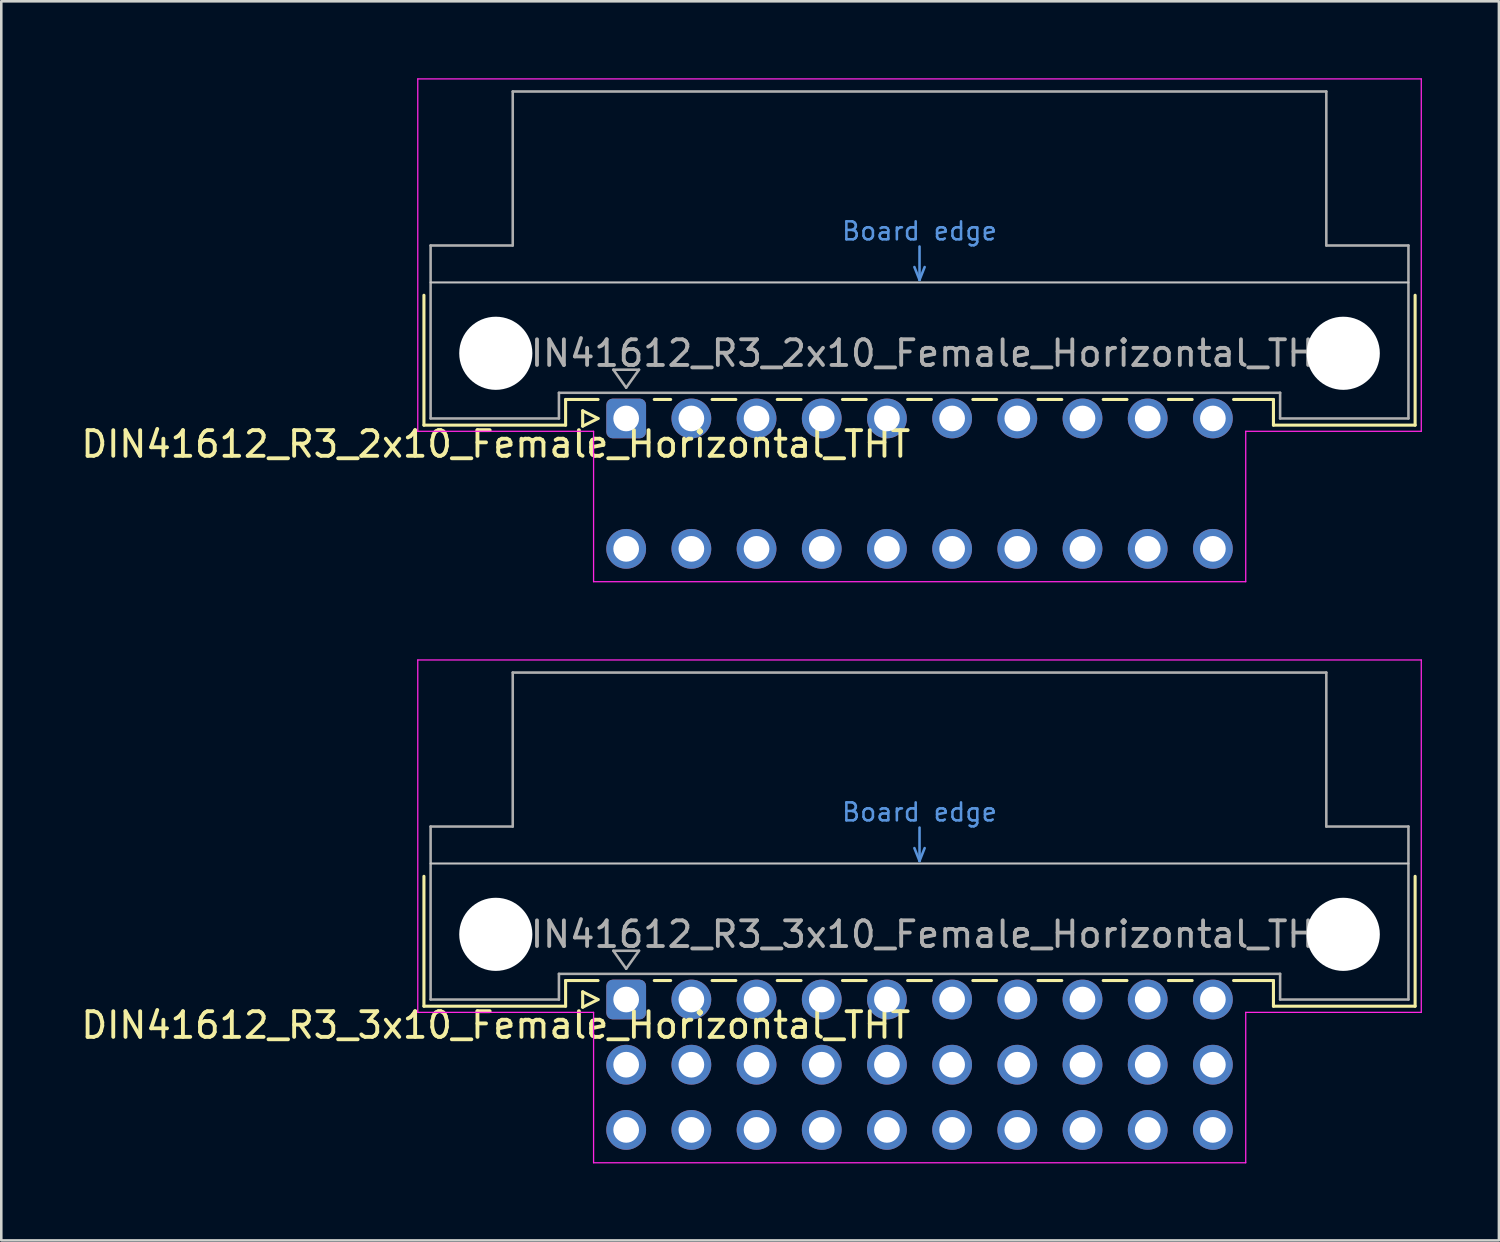
<source format=kicad_pcb>
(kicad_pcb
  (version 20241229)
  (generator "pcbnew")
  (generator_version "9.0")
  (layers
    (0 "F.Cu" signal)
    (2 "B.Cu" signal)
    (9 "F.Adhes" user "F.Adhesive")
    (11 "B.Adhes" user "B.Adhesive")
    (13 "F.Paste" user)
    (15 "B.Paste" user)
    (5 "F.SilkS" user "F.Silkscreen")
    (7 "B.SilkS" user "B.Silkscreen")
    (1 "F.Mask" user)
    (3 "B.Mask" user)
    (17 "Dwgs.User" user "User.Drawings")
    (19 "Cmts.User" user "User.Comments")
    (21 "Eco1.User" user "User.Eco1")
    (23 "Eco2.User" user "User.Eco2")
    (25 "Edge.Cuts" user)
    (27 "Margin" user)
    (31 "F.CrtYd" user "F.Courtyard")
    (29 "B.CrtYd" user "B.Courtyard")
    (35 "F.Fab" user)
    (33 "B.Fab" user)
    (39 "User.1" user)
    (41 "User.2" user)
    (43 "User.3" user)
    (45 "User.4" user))
  (footprint "DIN41612_R3_2x10_Female_Horizontal_THT"
    (layer "F.Cu")
    (at 21.348 13.255)
    (property "Reference" "DIN41612_R3_2x10_Female_Horizontal_THT" (at -5.08 1 0) (layer "F.SilkS") (effects (font (size 1 1) (thickness 0.15))))
    (attr through_hole)
    (fp_line (start -7.88 -4.8) (end -7.88 0.26) (stroke (width 0.12) (type solid)) (layer "F.SilkS"))
    (fp_line (start -7.88 0.26) (end -2.36 0.26) (stroke (width 0.12) (type solid)) (layer "F.SilkS"))
    (fp_line (start -2.36 -0.74) (end -1.095 -0.74) (stroke (width 0.12) (type solid)) (layer "F.SilkS"))
    (fp_line (start -2.36 0.26) (end -2.36 -0.74) (stroke (width 0.12) (type solid)) (layer "F.SilkS"))
    (fp_line (start -1.695 -0.3) (end -1.695 0.3) (stroke (width 0.12) (type solid)) (layer "F.SilkS"))
    (fp_line (start -1.695 0.3) (end -1.095 0) (stroke (width 0.12) (type solid)) (layer "F.SilkS"))
    (fp_line (start -1.095 0) (end -1.695 -0.3) (stroke (width 0.12) (type solid)) (layer "F.SilkS"))
    (fp_line (start 1.095 -0.74) (end 1.733 -0.74) (stroke (width 0.12) (type solid)) (layer "F.SilkS"))
    (fp_line (start 3.347 -0.74) (end 4.273 -0.74) (stroke (width 0.12) (type solid)) (layer "F.SilkS"))
    (fp_line (start 5.887 -0.74) (end 6.813 -0.74) (stroke (width 0.12) (type solid)) (layer "F.SilkS"))
    (fp_line (start 8.427 -0.74) (end 9.353 -0.74) (stroke (width 0.12) (type solid)) (layer "F.SilkS"))
    (fp_line (start 10.967 -0.74) (end 11.893 -0.74) (stroke (width 0.12) (type solid)) (layer "F.SilkS"))
    (fp_line (start 13.507 -0.74) (end 14.433 -0.74) (stroke (width 0.12) (type solid)) (layer "F.SilkS"))
    (fp_line (start 16.047 -0.74) (end 16.973 -0.74) (stroke (width 0.12) (type solid)) (layer "F.SilkS"))
    (fp_line (start 18.587 -0.74) (end 19.513 -0.74) (stroke (width 0.12) (type solid)) (layer "F.SilkS"))
    (fp_line (start 21.127 -0.74) (end 22.053 -0.74) (stroke (width 0.12) (type solid)) (layer "F.SilkS"))
    (fp_line (start 23.667 -0.74) (end 25.22 -0.74) (stroke (width 0.12) (type solid)) (layer "F.SilkS"))
    (fp_line (start 25.22 0.26) (end 25.22 -0.74) (stroke (width 0.12) (type solid)) (layer "F.SilkS"))
    (fp_line (start 30.74 -4.8) (end 30.74 0.26) (stroke (width 0.12) (type solid)) (layer "F.SilkS"))
    (fp_line (start 30.74 0.26) (end 25.22 0.26) (stroke (width 0.12) (type solid)) (layer "F.SilkS"))
    (fp_line (start -7.62 -5.3) (end 30.48 -5.3) (stroke (width 0.08) (type solid)) (layer "Dwgs.User"))
    (fp_line (start 11.23 -5.9) (end 11.43 -5.4) (stroke (width 0.1) (type solid)) (layer "Cmts.User"))
    (fp_line (start 11.43 -5.4) (end 11.43 -6.7) (stroke (width 0.1) (type solid)) (layer "Cmts.User"))
    (fp_line (start 11.43 -5.4) (end 11.63 -5.9) (stroke (width 0.1) (type solid)) (layer "Cmts.User"))
    (fp_line (start -8.12 -13.23) (end -8.12 0.5) (stroke (width 0.05) (type solid)) (layer "F.CrtYd"))
    (fp_line (start -8.12 0.5) (end -1.27 0.5) (stroke (width 0.05) (type solid)) (layer "F.CrtYd"))
    (fp_line (start -1.27 0.5) (end -1.27 6.36) (stroke (width 0.05) (type solid)) (layer "F.CrtYd"))
    (fp_line (start -1.27 6.36) (end 24.14 6.36) (stroke (width 0.05) (type solid)) (layer "F.CrtYd"))
    (fp_line (start 24.14 0.5) (end 30.98 0.5) (stroke (width 0.05) (type solid)) (layer "F.CrtYd"))
    (fp_line (start 24.14 6.36) (end 24.14 0.5) (stroke (width 0.05) (type solid)) (layer "F.CrtYd"))
    (fp_line (start 30.98 -13.23) (end -8.12 -13.23) (stroke (width 0.05) (type solid)) (layer "F.CrtYd"))
    (fp_line (start 30.98 0.5) (end 30.98 -13.23) (stroke (width 0.05) (type solid)) (layer "F.CrtYd"))
    (fp_line (start -7.62 -6.74) (end -7.62 0) (stroke (width 0.1) (type solid)) (layer "F.Fab"))
    (fp_line (start -7.62 0) (end -2.62 0) (stroke (width 0.1) (type solid)) (layer "F.Fab"))
    (fp_line (start -4.42 -12.74) (end -4.42 -6.74) (stroke (width 0.1) (type solid)) (layer "F.Fab"))
    (fp_line (start -4.42 -6.74) (end -7.62 -6.74) (stroke (width 0.1) (type solid)) (layer "F.Fab"))
    (fp_line (start -2.62 -1) (end 25.48 -1) (stroke (width 0.1) (type solid)) (layer "F.Fab"))
    (fp_line (start -2.62 0) (end -2.62 -1) (stroke (width 0.1) (type solid)) (layer "F.Fab"))
    (fp_line (start -0.5 -1.9) (end 0.5 -1.9) (stroke (width 0.1) (type solid)) (layer "F.Fab"))
    (fp_line (start 0 -1.2) (end -0.5 -1.9) (stroke (width 0.1) (type solid)) (layer "F.Fab"))
    (fp_line (start 0.5 -1.9) (end 0 -1.2) (stroke (width 0.1) (type solid)) (layer "F.Fab"))
    (fp_line (start 25.48 -1) (end 25.48 0) (stroke (width 0.1) (type solid)) (layer "F.Fab"))
    (fp_line (start 25.48 0) (end 30.48 0) (stroke (width 0.1) (type solid)) (layer "F.Fab"))
    (fp_line (start 27.28 -12.74) (end -4.42 -12.74) (stroke (width 0.1) (type solid)) (layer "F.Fab"))
    (fp_line (start 27.28 -6.74) (end 27.28 -12.74) (stroke (width 0.1) (type solid)) (layer "F.Fab"))
    (fp_line (start 30.48 -6.74) (end 27.28 -6.74) (stroke (width 0.1) (type solid)) (layer "F.Fab"))
    (fp_line (start 30.48 0) (end 30.48 -6.74) (stroke (width 0.1) (type solid)) (layer "F.Fab"))
    (fp_text user "Board edge" (at 11.43 -7.3 0) (layer "Cmts.User") (effects (font (size 0.7 0.7) (thickness 0.1))))
    (fp_text user "${REFERENCE}" (at 11.43 -2.54 0) (layer "F.Fab") (effects (font (size 1 1) (thickness 0.15))))
    (pad "" np_thru_hole circle (at -5.08 -2.54) (size 2.85 2.85) (drill 2.85) (layers "*.Cu" "*.Mask"))
    (pad "" np_thru_hole circle (at 27.94 -2.54) (size 2.85 2.85) (drill 2.85) (layers "*.Cu" "*.Mask"))
    (pad "a1" thru_hole roundrect (at 0 0) (size 1.55 1.55) (drill 1) (layers "*.Cu" "*.Mask") (roundrect_rratio 0.161))
    (pad "a2" thru_hole circle (at 2.54 0) (size 1.55 1.55) (drill 1) (layers "*.Cu" "*.Mask"))
    (pad "a3" thru_hole circle (at 5.08 0) (size 1.55 1.55) (drill 1) (layers "*.Cu" "*.Mask"))
    (pad "a4" thru_hole circle (at 7.62 0) (size 1.55 1.55) (drill 1) (layers "*.Cu" "*.Mask"))
    (pad "a5" thru_hole circle (at 10.16 0) (size 1.55 1.55) (drill 1) (layers "*.Cu" "*.Mask"))
    (pad "a6" thru_hole circle (at 12.7 0) (size 1.55 1.55) (drill 1) (layers "*.Cu" "*.Mask"))
    (pad "a7" thru_hole circle (at 15.24 0) (size 1.55 1.55) (drill 1) (layers "*.Cu" "*.Mask"))
    (pad "a8" thru_hole circle (at 17.78 0) (size 1.55 1.55) (drill 1) (layers "*.Cu" "*.Mask"))
    (pad "a9" thru_hole circle (at 20.32 0) (size 1.55 1.55) (drill 1) (layers "*.Cu" "*.Mask"))
    (pad "a10" thru_hole circle (at 22.86 0) (size 1.55 1.55) (drill 1) (layers "*.Cu" "*.Mask"))
    (pad "c1" thru_hole circle (at 0 5.08) (size 1.55 1.55) (drill 1) (layers "*.Cu" "*.Mask"))
    (pad "c2" thru_hole circle (at 2.54 5.08) (size 1.55 1.55) (drill 1) (layers "*.Cu" "*.Mask"))
    (pad "c3" thru_hole circle (at 5.08 5.08) (size 1.55 1.55) (drill 1) (layers "*.Cu" "*.Mask"))
    (pad "c4" thru_hole circle (at 7.62 5.08) (size 1.55 1.55) (drill 1) (layers "*.Cu" "*.Mask"))
    (pad "c5" thru_hole circle (at 10.16 5.08) (size 1.55 1.55) (drill 1) (layers "*.Cu" "*.Mask"))
    (pad "c6" thru_hole circle (at 12.7 5.08) (size 1.55 1.55) (drill 1) (layers "*.Cu" "*.Mask"))
    (pad "c7" thru_hole circle (at 15.24 5.08) (size 1.55 1.55) (drill 1) (layers "*.Cu" "*.Mask"))
    (pad "c8" thru_hole circle (at 17.78 5.08) (size 1.55 1.55) (drill 1) (layers "*.Cu" "*.Mask"))
    (pad "c9" thru_hole circle (at 20.32 5.08) (size 1.55 1.55) (drill 1) (layers "*.Cu" "*.Mask"))
    (pad "c10" thru_hole circle (at 22.86 5.08) (size 1.55 1.55) (drill 1) (layers "*.Cu" "*.Mask")))
  (footprint "DIN41612_R3_3x10_Female_Horizontal_THT"
    (layer "F.Cu")
    (at 21.348 35.895)
    (property "Reference" "DIN41612_R3_3x10_Female_Horizontal_THT" (at -5.08 1 0) (layer "F.SilkS") (effects (font (size 1 1) (thickness 0.15))))
    (attr through_hole)
    (fp_line (start -7.88 -4.8) (end -7.88 0.26) (stroke (width 0.12) (type solid)) (layer "F.SilkS"))
    (fp_line (start -7.88 0.26) (end -2.36 0.26) (stroke (width 0.12) (type solid)) (layer "F.SilkS"))
    (fp_line (start -2.36 -0.74) (end -1.095 -0.74) (stroke (width 0.12) (type solid)) (layer "F.SilkS"))
    (fp_line (start -2.36 0.26) (end -2.36 -0.74) (stroke (width 0.12) (type solid)) (layer "F.SilkS"))
    (fp_line (start -1.695 -0.3) (end -1.695 0.3) (stroke (width 0.12) (type solid)) (layer "F.SilkS"))
    (fp_line (start -1.695 0.3) (end -1.095 0) (stroke (width 0.12) (type solid)) (layer "F.SilkS"))
    (fp_line (start -1.095 0) (end -1.695 -0.3) (stroke (width 0.12) (type solid)) (layer "F.SilkS"))
    (fp_line (start 1.095 -0.74) (end 1.733 -0.74) (stroke (width 0.12) (type solid)) (layer "F.SilkS"))
    (fp_line (start 3.347 -0.74) (end 4.273 -0.74) (stroke (width 0.12) (type solid)) (layer "F.SilkS"))
    (fp_line (start 5.887 -0.74) (end 6.813 -0.74) (stroke (width 0.12) (type solid)) (layer "F.SilkS"))
    (fp_line (start 8.427 -0.74) (end 9.353 -0.74) (stroke (width 0.12) (type solid)) (layer "F.SilkS"))
    (fp_line (start 10.967 -0.74) (end 11.893 -0.74) (stroke (width 0.12) (type solid)) (layer "F.SilkS"))
    (fp_line (start 13.507 -0.74) (end 14.433 -0.74) (stroke (width 0.12) (type solid)) (layer "F.SilkS"))
    (fp_line (start 16.047 -0.74) (end 16.973 -0.74) (stroke (width 0.12) (type solid)) (layer "F.SilkS"))
    (fp_line (start 18.587 -0.74) (end 19.513 -0.74) (stroke (width 0.12) (type solid)) (layer "F.SilkS"))
    (fp_line (start 21.127 -0.74) (end 22.053 -0.74) (stroke (width 0.12) (type solid)) (layer "F.SilkS"))
    (fp_line (start 23.667 -0.74) (end 25.22 -0.74) (stroke (width 0.12) (type solid)) (layer "F.SilkS"))
    (fp_line (start 25.22 0.26) (end 25.22 -0.74) (stroke (width 0.12) (type solid)) (layer "F.SilkS"))
    (fp_line (start 30.74 -4.8) (end 30.74 0.26) (stroke (width 0.12) (type solid)) (layer "F.SilkS"))
    (fp_line (start 30.74 0.26) (end 25.22 0.26) (stroke (width 0.12) (type solid)) (layer "F.SilkS"))
    (fp_line (start -7.62 -5.3) (end 30.48 -5.3) (stroke (width 0.08) (type solid)) (layer "Dwgs.User"))
    (fp_line (start 11.23 -5.9) (end 11.43 -5.4) (stroke (width 0.1) (type solid)) (layer "Cmts.User"))
    (fp_line (start 11.43 -5.4) (end 11.43 -6.7) (stroke (width 0.1) (type solid)) (layer "Cmts.User"))
    (fp_line (start 11.43 -5.4) (end 11.63 -5.9) (stroke (width 0.1) (type solid)) (layer "Cmts.User"))
    (fp_line (start -8.12 -13.23) (end -8.12 0.5) (stroke (width 0.05) (type solid)) (layer "F.CrtYd"))
    (fp_line (start -8.12 0.5) (end -1.27 0.5) (stroke (width 0.05) (type solid)) (layer "F.CrtYd"))
    (fp_line (start -1.27 0.5) (end -1.27 6.36) (stroke (width 0.05) (type solid)) (layer "F.CrtYd"))
    (fp_line (start -1.27 6.36) (end 24.14 6.36) (stroke (width 0.05) (type solid)) (layer "F.CrtYd"))
    (fp_line (start 24.14 0.5) (end 30.98 0.5) (stroke (width 0.05) (type solid)) (layer "F.CrtYd"))
    (fp_line (start 24.14 6.36) (end 24.14 0.5) (stroke (width 0.05) (type solid)) (layer "F.CrtYd"))
    (fp_line (start 30.98 -13.23) (end -8.12 -13.23) (stroke (width 0.05) (type solid)) (layer "F.CrtYd"))
    (fp_line (start 30.98 0.5) (end 30.98 -13.23) (stroke (width 0.05) (type solid)) (layer "F.CrtYd"))
    (fp_line (start -7.62 -6.74) (end -7.62 0) (stroke (width 0.1) (type solid)) (layer "F.Fab"))
    (fp_line (start -7.62 0) (end -2.62 0) (stroke (width 0.1) (type solid)) (layer "F.Fab"))
    (fp_line (start -4.42 -12.74) (end -4.42 -6.74) (stroke (width 0.1) (type solid)) (layer "F.Fab"))
    (fp_line (start -4.42 -6.74) (end -7.62 -6.74) (stroke (width 0.1) (type solid)) (layer "F.Fab"))
    (fp_line (start -2.62 -1) (end 25.48 -1) (stroke (width 0.1) (type solid)) (layer "F.Fab"))
    (fp_line (start -2.62 0) (end -2.62 -1) (stroke (width 0.1) (type solid)) (layer "F.Fab"))
    (fp_line (start -0.5 -1.9) (end 0.5 -1.9) (stroke (width 0.1) (type solid)) (layer "F.Fab"))
    (fp_line (start 0 -1.2) (end -0.5 -1.9) (stroke (width 0.1) (type solid)) (layer "F.Fab"))
    (fp_line (start 0.5 -1.9) (end 0 -1.2) (stroke (width 0.1) (type solid)) (layer "F.Fab"))
    (fp_line (start 25.48 -1) (end 25.48 0) (stroke (width 0.1) (type solid)) (layer "F.Fab"))
    (fp_line (start 25.48 0) (end 30.48 0) (stroke (width 0.1) (type solid)) (layer "F.Fab"))
    (fp_line (start 27.28 -12.74) (end -4.42 -12.74) (stroke (width 0.1) (type solid)) (layer "F.Fab"))
    (fp_line (start 27.28 -6.74) (end 27.28 -12.74) (stroke (width 0.1) (type solid)) (layer "F.Fab"))
    (fp_line (start 30.48 -6.74) (end 27.28 -6.74) (stroke (width 0.1) (type solid)) (layer "F.Fab"))
    (fp_line (start 30.48 0) (end 30.48 -6.74) (stroke (width 0.1) (type solid)) (layer "F.Fab"))
    (fp_text user "Board edge" (at 11.43 -7.3 0) (layer "Cmts.User") (effects (font (size 0.7 0.7) (thickness 0.1))))
    (fp_text user "${REFERENCE}" (at 11.43 -2.54 0) (layer "F.Fab") (effects (font (size 1 1) (thickness 0.15))))
    (pad "" np_thru_hole circle (at -5.08 -2.54) (size 2.85 2.85) (drill 2.85) (layers "*.Cu" "*.Mask"))
    (pad "" np_thru_hole circle (at 27.94 -2.54) (size 2.85 2.85) (drill 2.85) (layers "*.Cu" "*.Mask"))
    (pad "a1" thru_hole roundrect (at 0 0) (size 1.55 1.55) (drill 1) (layers "*.Cu" "*.Mask") (roundrect_rratio 0.161))
    (pad "a2" thru_hole circle (at 2.54 0) (size 1.55 1.55) (drill 1) (layers "*.Cu" "*.Mask"))
    (pad "a3" thru_hole circle (at 5.08 0) (size 1.55 1.55) (drill 1) (layers "*.Cu" "*.Mask"))
    (pad "a4" thru_hole circle (at 7.62 0) (size 1.55 1.55) (drill 1) (layers "*.Cu" "*.Mask"))
    (pad "a5" thru_hole circle (at 10.16 0) (size 1.55 1.55) (drill 1) (layers "*.Cu" "*.Mask"))
    (pad "a6" thru_hole circle (at 12.7 0) (size 1.55 1.55) (drill 1) (layers "*.Cu" "*.Mask"))
    (pad "a7" thru_hole circle (at 15.24 0) (size 1.55 1.55) (drill 1) (layers "*.Cu" "*.Mask"))
    (pad "a8" thru_hole circle (at 17.78 0) (size 1.55 1.55) (drill 1) (layers "*.Cu" "*.Mask"))
    (pad "a9" thru_hole circle (at 20.32 0) (size 1.55 1.55) (drill 1) (layers "*.Cu" "*.Mask"))
    (pad "a10" thru_hole circle (at 22.86 0) (size 1.55 1.55) (drill 1) (layers "*.Cu" "*.Mask"))
    (pad "b1" thru_hole circle (at 0 2.54) (size 1.55 1.55) (drill 1) (layers "*.Cu" "*.Mask"))
    (pad "b2" thru_hole circle (at 2.54 2.54) (size 1.55 1.55) (drill 1) (layers "*.Cu" "*.Mask"))
    (pad "b3" thru_hole circle (at 5.08 2.54) (size 1.55 1.55) (drill 1) (layers "*.Cu" "*.Mask"))
    (pad "b4" thru_hole circle (at 7.62 2.54) (size 1.55 1.55) (drill 1) (layers "*.Cu" "*.Mask"))
    (pad "b5" thru_hole circle (at 10.16 2.54) (size 1.55 1.55) (drill 1) (layers "*.Cu" "*.Mask"))
    (pad "b6" thru_hole circle (at 12.7 2.54) (size 1.55 1.55) (drill 1) (layers "*.Cu" "*.Mask"))
    (pad "b7" thru_hole circle (at 15.24 2.54) (size 1.55 1.55) (drill 1) (layers "*.Cu" "*.Mask"))
    (pad "b8" thru_hole circle (at 17.78 2.54) (size 1.55 1.55) (drill 1) (layers "*.Cu" "*.Mask"))
    (pad "b9" thru_hole circle (at 20.32 2.54) (size 1.55 1.55) (drill 1) (layers "*.Cu" "*.Mask"))
    (pad "b10" thru_hole circle (at 22.86 2.54) (size 1.55 1.55) (drill 1) (layers "*.Cu" "*.Mask"))
    (pad "c1" thru_hole circle (at 0 5.08) (size 1.55 1.55) (drill 1) (layers "*.Cu" "*.Mask"))
    (pad "c2" thru_hole circle (at 2.54 5.08) (size 1.55 1.55) (drill 1) (layers "*.Cu" "*.Mask"))
    (pad "c3" thru_hole circle (at 5.08 5.08) (size 1.55 1.55) (drill 1) (layers "*.Cu" "*.Mask"))
    (pad "c4" thru_hole circle (at 7.62 5.08) (size 1.55 1.55) (drill 1) (layers "*.Cu" "*.Mask"))
    (pad "c5" thru_hole circle (at 10.16 5.08) (size 1.55 1.55) (drill 1) (layers "*.Cu" "*.Mask"))
    (pad "c6" thru_hole circle (at 12.7 5.08) (size 1.55 1.55) (drill 1) (layers "*.Cu" "*.Mask"))
    (pad "c7" thru_hole circle (at 15.24 5.08) (size 1.55 1.55) (drill 1) (layers "*.Cu" "*.Mask"))
    (pad "c8" thru_hole circle (at 17.78 5.08) (size 1.55 1.55) (drill 1) (layers "*.Cu" "*.Mask"))
    (pad "c9" thru_hole circle (at 20.32 5.08) (size 1.55 1.55) (drill 1) (layers "*.Cu" "*.Mask"))
    (pad "c10" thru_hole circle (at 22.86 5.08) (size 1.55 1.55) (drill 1) (layers "*.Cu" "*.Mask")))
  (gr_rect
    (start -3 -3)
    (end 55.353 45.28)
    (stroke (width 0.1) (type default))
    (fill no)
    (layer "Edge.Cuts")))
</source>
